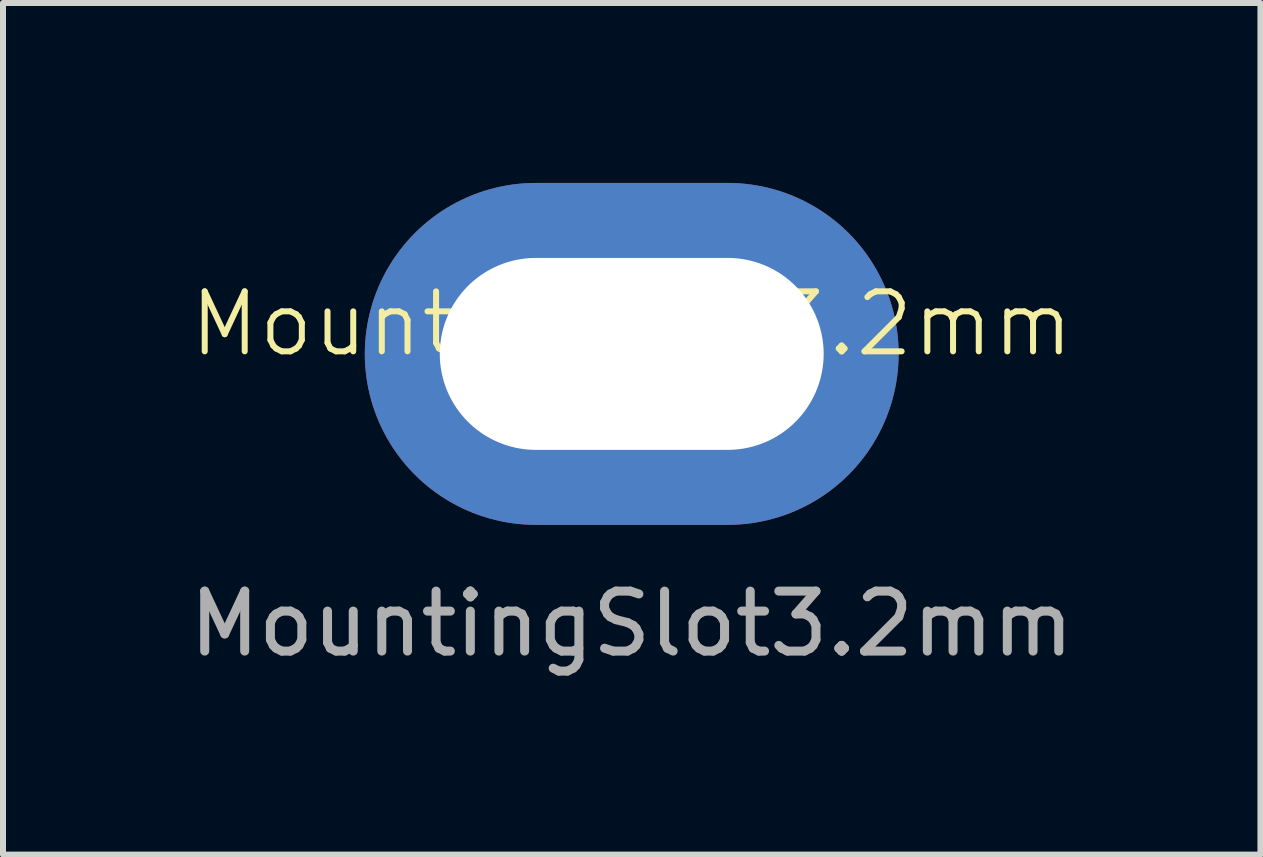
<source format=kicad_pcb>
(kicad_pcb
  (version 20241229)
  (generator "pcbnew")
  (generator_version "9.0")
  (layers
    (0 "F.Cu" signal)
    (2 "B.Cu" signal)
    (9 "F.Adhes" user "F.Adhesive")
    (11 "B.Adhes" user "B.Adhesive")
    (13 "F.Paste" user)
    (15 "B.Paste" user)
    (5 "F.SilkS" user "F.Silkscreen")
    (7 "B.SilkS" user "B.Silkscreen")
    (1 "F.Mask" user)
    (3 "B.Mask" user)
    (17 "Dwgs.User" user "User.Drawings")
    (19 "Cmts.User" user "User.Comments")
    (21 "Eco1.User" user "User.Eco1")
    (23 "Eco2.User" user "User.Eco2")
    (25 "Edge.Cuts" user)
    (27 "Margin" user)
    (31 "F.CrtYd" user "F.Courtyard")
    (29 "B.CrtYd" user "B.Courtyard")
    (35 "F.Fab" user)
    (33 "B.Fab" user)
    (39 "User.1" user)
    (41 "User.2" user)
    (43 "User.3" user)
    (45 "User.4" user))
  (footprint "MountingSlot3.2mm"
    (layer "F.Cu")
    (at 7.482 2.85)
    (property "Reference" "MountingSlot3.2mm" (at 0 -0.5 0) (unlocked yes) (layer "F.SilkS") (effects (font (size 1 1) (thickness 0.1))))
    (attr smd)
    (fp_text user "${REFERENCE}" (at 0 4.5 0) (unlocked yes) (layer "F.Fab") (effects (font (size 1 1) (thickness 0.15))))
    (pad "1" thru_hole oval (at 0 0) (size 8.9 5.7) (drill oval 6.4 3.2) (layers "*.Cu" "*.Mask")))
  (gr_rect
    (start -3 -3)
    (end 17.964 11.198)
    (stroke (width 0.1) (type default))
    (fill no)
    (layer "Edge.Cuts")))
</source>
